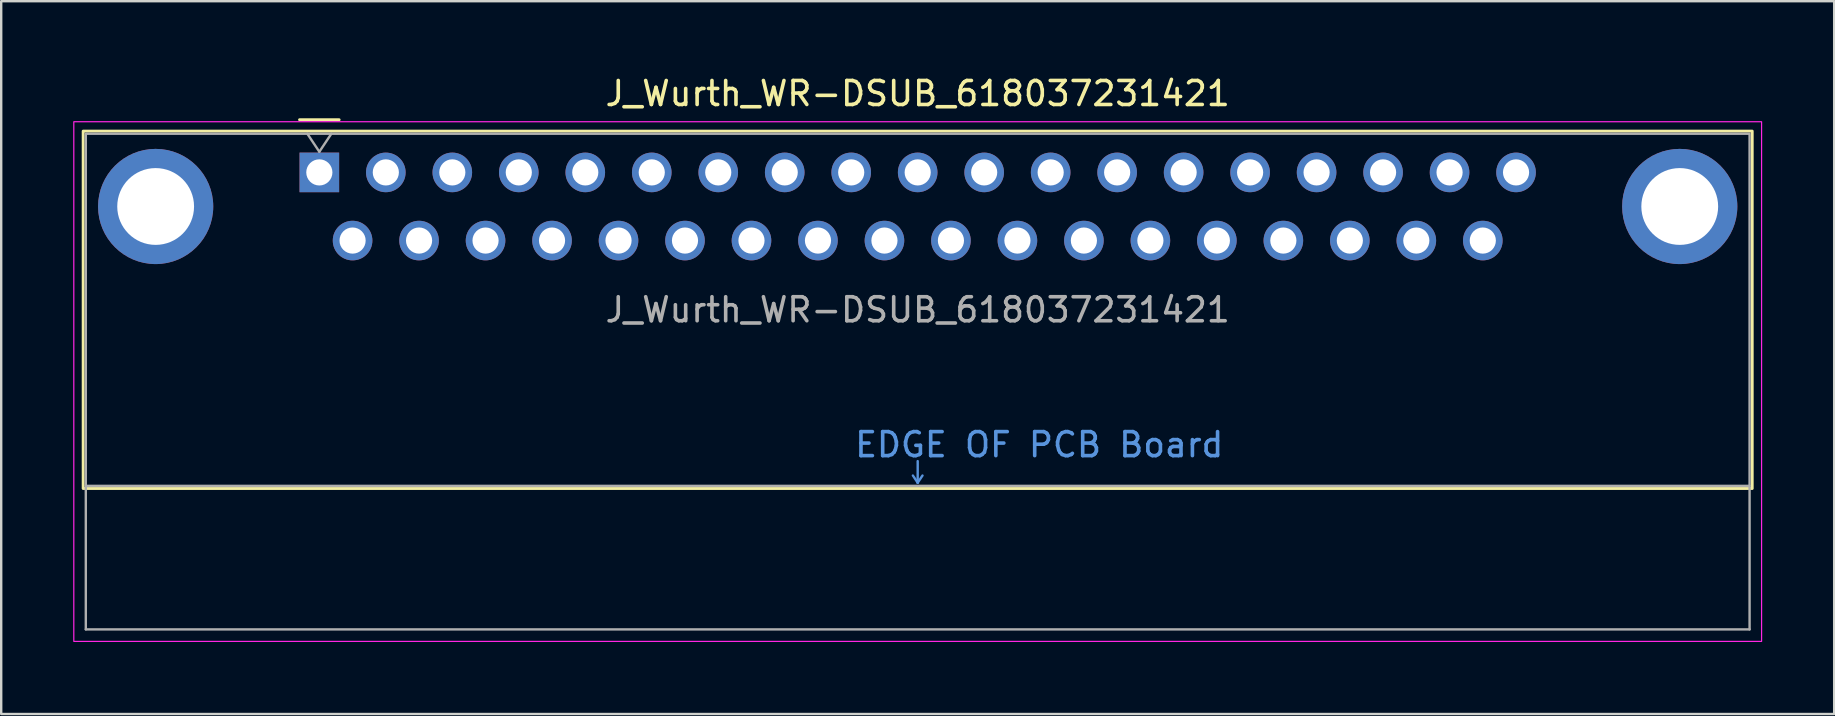
<source format=kicad_pcb>
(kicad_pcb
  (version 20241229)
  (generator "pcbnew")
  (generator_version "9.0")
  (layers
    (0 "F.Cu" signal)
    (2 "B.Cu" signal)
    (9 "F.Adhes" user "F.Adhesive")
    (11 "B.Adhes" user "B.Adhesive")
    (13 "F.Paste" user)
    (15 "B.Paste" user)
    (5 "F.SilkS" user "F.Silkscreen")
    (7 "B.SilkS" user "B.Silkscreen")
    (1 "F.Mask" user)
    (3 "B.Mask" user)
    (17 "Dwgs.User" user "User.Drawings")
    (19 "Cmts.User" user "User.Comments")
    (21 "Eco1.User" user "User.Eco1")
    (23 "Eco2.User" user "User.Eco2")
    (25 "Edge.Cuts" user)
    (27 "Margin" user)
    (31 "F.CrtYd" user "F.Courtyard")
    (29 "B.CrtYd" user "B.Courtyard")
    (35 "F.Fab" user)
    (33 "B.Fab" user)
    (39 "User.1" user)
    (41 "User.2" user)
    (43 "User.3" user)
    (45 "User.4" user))
  (footprint "J_Wurth_WR-DSUB_618037231421"
    (layer "F.Cu")
    (at 10.255 4.133)
    (property "Reference" "J_Wurth_WR-DSUB_618037231421" (at 24.93 -3.285 0) (unlocked yes) (layer "F.SilkS") (effects (font (size 1 1) (thickness 0.15))))
    (attr through_hole)
    (fp_line (start 0.825 -2.195) (end -0.825 -2.195) (stroke (width 0.12) (type solid)) (layer "F.SilkS"))
    (fp_rect (start -9.84 -1.72) (end 59.7 13.17) (stroke (width 0.12) (type solid)) (fill no) (layer "F.SilkS"))
    (fp_line (start 24.93 12.03) (end 24.93 12.93) (stroke (width 0.1) (type solid)) (layer "Cmts.User"))
    (fp_line (start 24.93 12.93) (end 24.73 12.63) (stroke (width 0.1) (type solid)) (layer "Cmts.User"))
    (fp_line (start 24.93 12.93) (end 25.13 12.63) (stroke (width 0.1) (type solid)) (layer "Cmts.User"))
    (fp_rect (start -10.23 -2.11) (end 60.09 19.54) (stroke (width 0.05) (type solid)) (fill no) (layer "F.CrtYd"))
    (fp_line (start -9.73 19.04) (end -9.73 13.06) (stroke (width 0.1) (type solid)) (layer "F.Fab"))
    (fp_line (start 0 -0.86) (end -0.5 -1.61) (stroke (width 0.1) (type solid)) (layer "F.Fab"))
    (fp_line (start 0 -0.86) (end 0.5 -1.61) (stroke (width 0.1) (type solid)) (layer "F.Fab"))
    (fp_line (start 59.59 13.06) (end 59.59 19.04) (stroke (width 0.1) (type solid)) (layer "F.Fab"))
    (fp_line (start 59.59 19.04) (end -9.73 19.04) (stroke (width 0.1) (type solid)) (layer "F.Fab"))
    (fp_rect (start -9.73 -1.61) (end 59.59 13.06) (stroke (width 0.1) (type solid)) (fill no) (layer "F.Fab"))
    (fp_text user "EDGE OF PCB Board" (at 22.23 11.93 0) (unlocked yes) (layer "Cmts.User") (effects (font (size 1 1) (thickness 0.15)) (justify left bottom)))
    (fp_text user "${REFERENCE}" (at 24.93 5.725 0) (unlocked yes) (layer "F.Fab") (effects (font (size 1 1) (thickness 0.15))))
    (pad "1" thru_hole rect (at 0 0) (size 1.65 1.65) (drill 1.09) (layers "*.Cu" "*.Mask"))
    (pad "2" thru_hole circle (at 2.77 0) (size 1.65 1.65) (drill 1.09) (layers "*.Cu" "*.Mask"))
    (pad "3" thru_hole circle (at 5.54 0) (size 1.65 1.65) (drill 1.09) (layers "*.Cu" "*.Mask"))
    (pad "4" thru_hole circle (at 8.31 0) (size 1.65 1.65) (drill 1.09) (layers "*.Cu" "*.Mask"))
    (pad "5" thru_hole circle (at 11.08 0) (size 1.65 1.65) (drill 1.09) (layers "*.Cu" "*.Mask"))
    (pad "6" thru_hole circle (at 13.85 0) (size 1.65 1.65) (drill 1.09) (layers "*.Cu" "*.Mask"))
    (pad "7" thru_hole circle (at 16.62 0) (size 1.65 1.65) (drill 1.09) (layers "*.Cu" "*.Mask"))
    (pad "8" thru_hole circle (at 19.39 0) (size 1.65 1.65) (drill 1.09) (layers "*.Cu" "*.Mask"))
    (pad "9" thru_hole circle (at 22.16 0) (size 1.65 1.65) (drill 1.09) (layers "*.Cu" "*.Mask"))
    (pad "10" thru_hole circle (at 24.93 0) (size 1.65 1.65) (drill 1.09) (layers "*.Cu" "*.Mask"))
    (pad "11" thru_hole circle (at 27.7 0) (size 1.65 1.65) (drill 1.09) (layers "*.Cu" "*.Mask"))
    (pad "12" thru_hole circle (at 30.47 0) (size 1.65 1.65) (drill 1.09) (layers "*.Cu" "*.Mask"))
    (pad "13" thru_hole circle (at 33.24 0) (size 1.65 1.65) (drill 1.09) (layers "*.Cu" "*.Mask"))
    (pad "14" thru_hole circle (at 36.01 0) (size 1.65 1.65) (drill 1.09) (layers "*.Cu" "*.Mask"))
    (pad "15" thru_hole circle (at 38.78 0) (size 1.65 1.65) (drill 1.09) (layers "*.Cu" "*.Mask"))
    (pad "16" thru_hole circle (at 41.55 0) (size 1.65 1.65) (drill 1.09) (layers "*.Cu" "*.Mask"))
    (pad "17" thru_hole circle (at 44.32 0) (size 1.65 1.65) (drill 1.09) (layers "*.Cu" "*.Mask"))
    (pad "18" thru_hole circle (at 47.09 0) (size 1.65 1.65) (drill 1.09) (layers "*.Cu" "*.Mask"))
    (pad "19" thru_hole circle (at 49.86 0) (size 1.65 1.65) (drill 1.09) (layers "*.Cu" "*.Mask"))
    (pad "20" thru_hole circle (at 1.385 2.84) (size 1.65 1.65) (drill 1.09) (layers "*.Cu" "*.Mask"))
    (pad "21" thru_hole circle (at 4.155 2.84) (size 1.65 1.65) (drill 1.09) (layers "*.Cu" "*.Mask"))
    (pad "22" thru_hole circle (at 6.925 2.84) (size 1.65 1.65) (drill 1.09) (layers "*.Cu" "*.Mask"))
    (pad "23" thru_hole circle (at 9.695 2.84) (size 1.65 1.65) (drill 1.09) (layers "*.Cu" "*.Mask"))
    (pad "24" thru_hole circle (at 12.465 2.84) (size 1.65 1.65) (drill 1.09) (layers "*.Cu" "*.Mask"))
    (pad "25" thru_hole circle (at 15.235 2.84) (size 1.65 1.65) (drill 1.09) (layers "*.Cu" "*.Mask"))
    (pad "26" thru_hole circle (at 18.005 2.84) (size 1.65 1.65) (drill 1.09) (layers "*.Cu" "*.Mask"))
    (pad "27" thru_hole circle (at 20.775 2.84) (size 1.65 1.65) (drill 1.09) (layers "*.Cu" "*.Mask"))
    (pad "28" thru_hole circle (at 23.545 2.84) (size 1.65 1.65) (drill 1.09) (layers "*.Cu" "*.Mask"))
    (pad "29" thru_hole circle (at 26.315 2.84) (size 1.65 1.65) (drill 1.09) (layers "*.Cu" "*.Mask"))
    (pad "30" thru_hole circle (at 29.085 2.84) (size 1.65 1.65) (drill 1.09) (layers "*.Cu" "*.Mask"))
    (pad "31" thru_hole circle (at 31.855 2.84) (size 1.65 1.65) (drill 1.09) (layers "*.Cu" "*.Mask"))
    (pad "32" thru_hole circle (at 34.625 2.84) (size 1.65 1.65) (drill 1.09) (layers "*.Cu" "*.Mask"))
    (pad "33" thru_hole circle (at 37.395 2.84) (size 1.65 1.65) (drill 1.09) (layers "*.Cu" "*.Mask"))
    (pad "34" thru_hole circle (at 40.165 2.84) (size 1.65 1.65) (drill 1.09) (layers "*.Cu" "*.Mask"))
    (pad "35" thru_hole circle (at 42.935 2.84) (size 1.65 1.65) (drill 1.09) (layers "*.Cu" "*.Mask"))
    (pad "36" thru_hole circle (at 45.705 2.84) (size 1.65 1.65) (drill 1.09) (layers "*.Cu" "*.Mask"))
    (pad "37" thru_hole circle (at 48.475 2.84) (size 1.65 1.65) (drill 1.09) (layers "*.Cu" "*.Mask"))
    (pad "S1" thru_hole circle (at -6.82 1.42) (size 4.8 4.8) (drill 3.2) (layers "*.Cu" "*.Mask"))
    (pad "S2" thru_hole circle (at 56.68 1.42) (size 4.8 4.8) (drill 3.2) (layers "*.Cu" "*.Mask")))
  (gr_rect
    (start -3 -3)
    (end 73.37 26.698)
    (stroke (width 0.1) (type default))
    (fill no)
    (layer "Edge.Cuts")))
</source>
